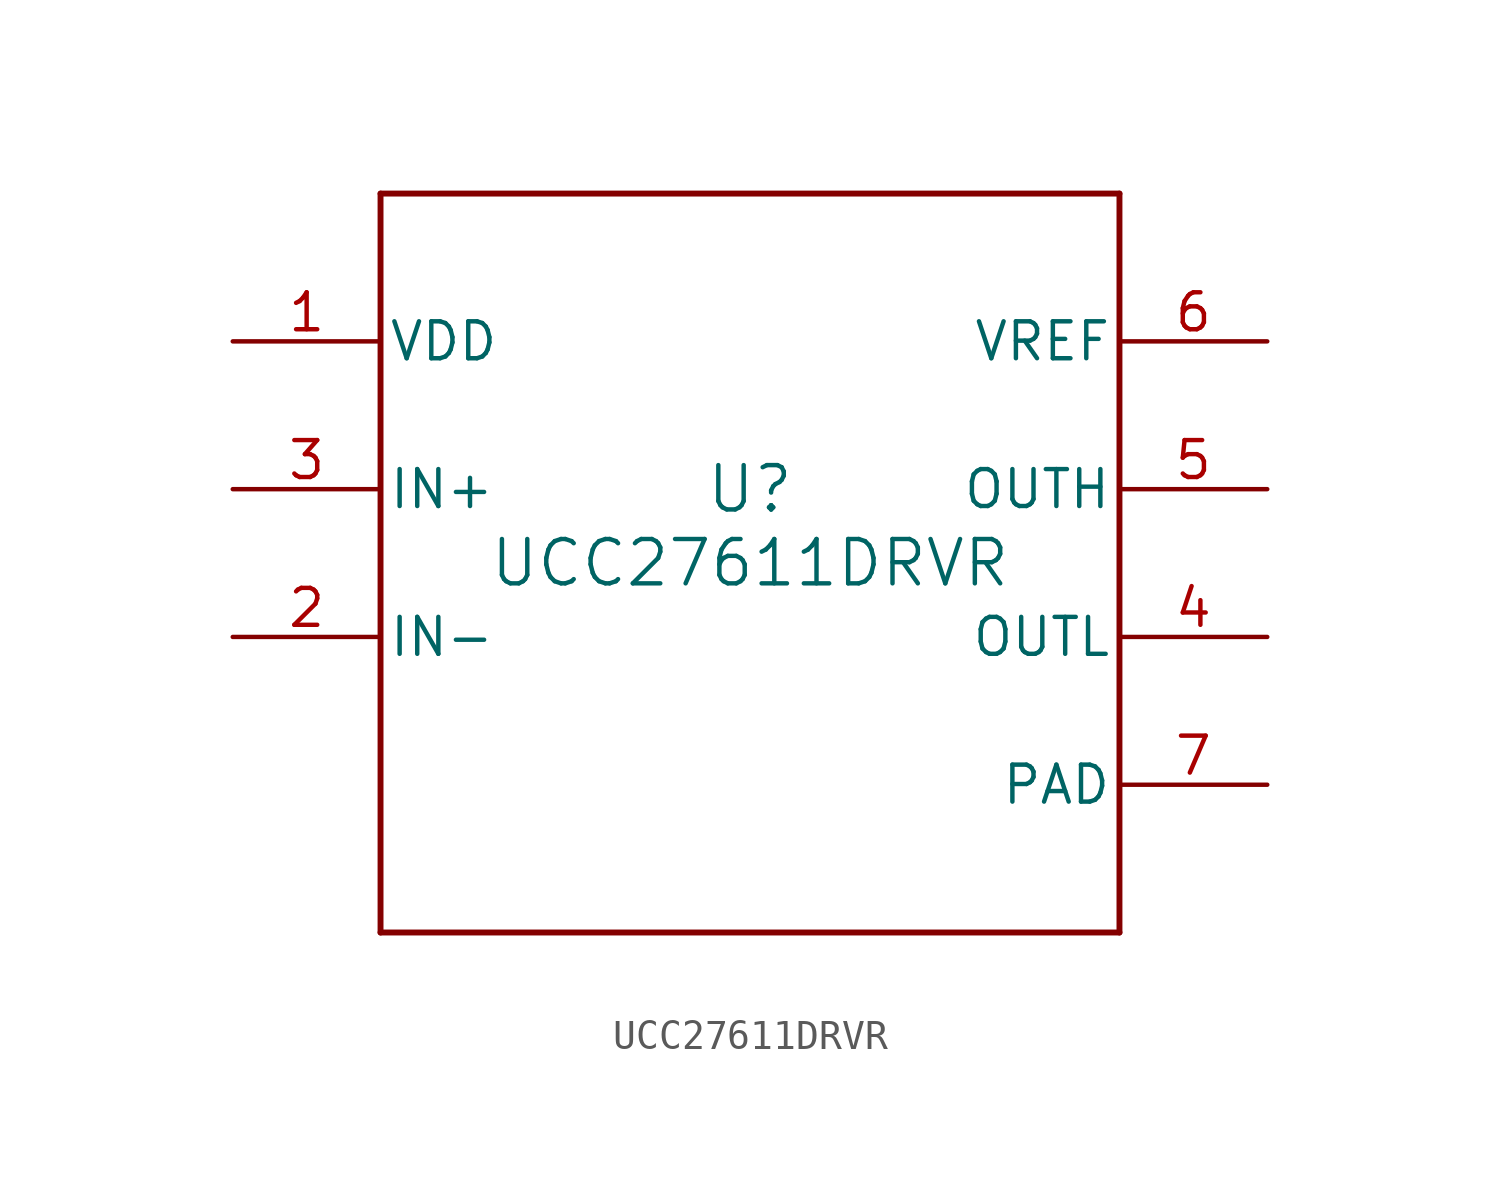
<source format=kicad_sym>
(kicad_symbol_lib
  (version 20211014)
  (generator kicad_symbol_editor)
  (symbol "UCC27611DRVR"
    (pin_names
      (offset 0.254))
    (property "Reference" "U"
      (at 0 2.54 0)
      (effects (font (size 1.524 1.524))))
    (property "Value" "UCC27611DRVR"
      (at 0 0 0)
      (effects (font (size 1.524 1.524))))
    (symbol "UCC27611DRVR_0_1"
      (polyline (pts (xy -12.7 -12.7) (xy 12.7 -12.7)) (stroke (width 0.203) (type default) (color 0 0 0 0)) (fill (type none)))
      (polyline (pts (xy 12.7 -12.7) (xy 12.7 12.7)) (stroke (width 0.203) (type default) (color 0 0 0 0)) (fill (type none)))
      (polyline (pts (xy 12.7 12.7) (xy -12.7 12.7)) (stroke (width 0.203) (type default) (color 0 0 0 0)) (fill (type none)))
      (polyline (pts (xy -12.7 12.7) (xy -12.7 -12.7)) (stroke (width 0.203) (type default) (color 0 0 0 0)) (fill (type none)))
      (pin power_in line (at -17.78 7.62 0) (length 5.08) (name "VDD" (effects (font (size 1.27 1.27)))) (number "1" (effects (font (size 1.27 1.27)))))
      (pin input line (at -17.78 -2.54 0) (length 5.08) (name "IN-" (effects (font (size 1.27 1.27)))) (number "2" (effects (font (size 1.27 1.27)))))
      (pin input line (at -17.78 2.54 0) (length 5.08) (name "IN+" (effects (font (size 1.27 1.27)))) (number "3" (effects (font (size 1.27 1.27)))))
      (pin output line (at 17.78 -2.54 180) (length 5.08) (name "OUTL" (effects (font (size 1.27 1.27)))) (number "4" (effects (font (size 1.27 1.27)))))
      (pin output line (at 17.78 2.54 180) (length 5.08) (name "OUTH" (effects (font (size 1.27 1.27)))) (number "5" (effects (font (size 1.27 1.27)))))
      (pin output line (at 17.78 7.62 180) (length 5.08) (name "VREF" (effects (font (size 1.27 1.27)))) (number "6" (effects (font (size 1.27 1.27)))))
      (pin power_in line (at 17.78 -7.62 180) (length 5.08) (name "PAD" (effects (font (size 1.27 1.27)))) (number "7" (effects (font (size 1.27 1.27))))))))
</source>
